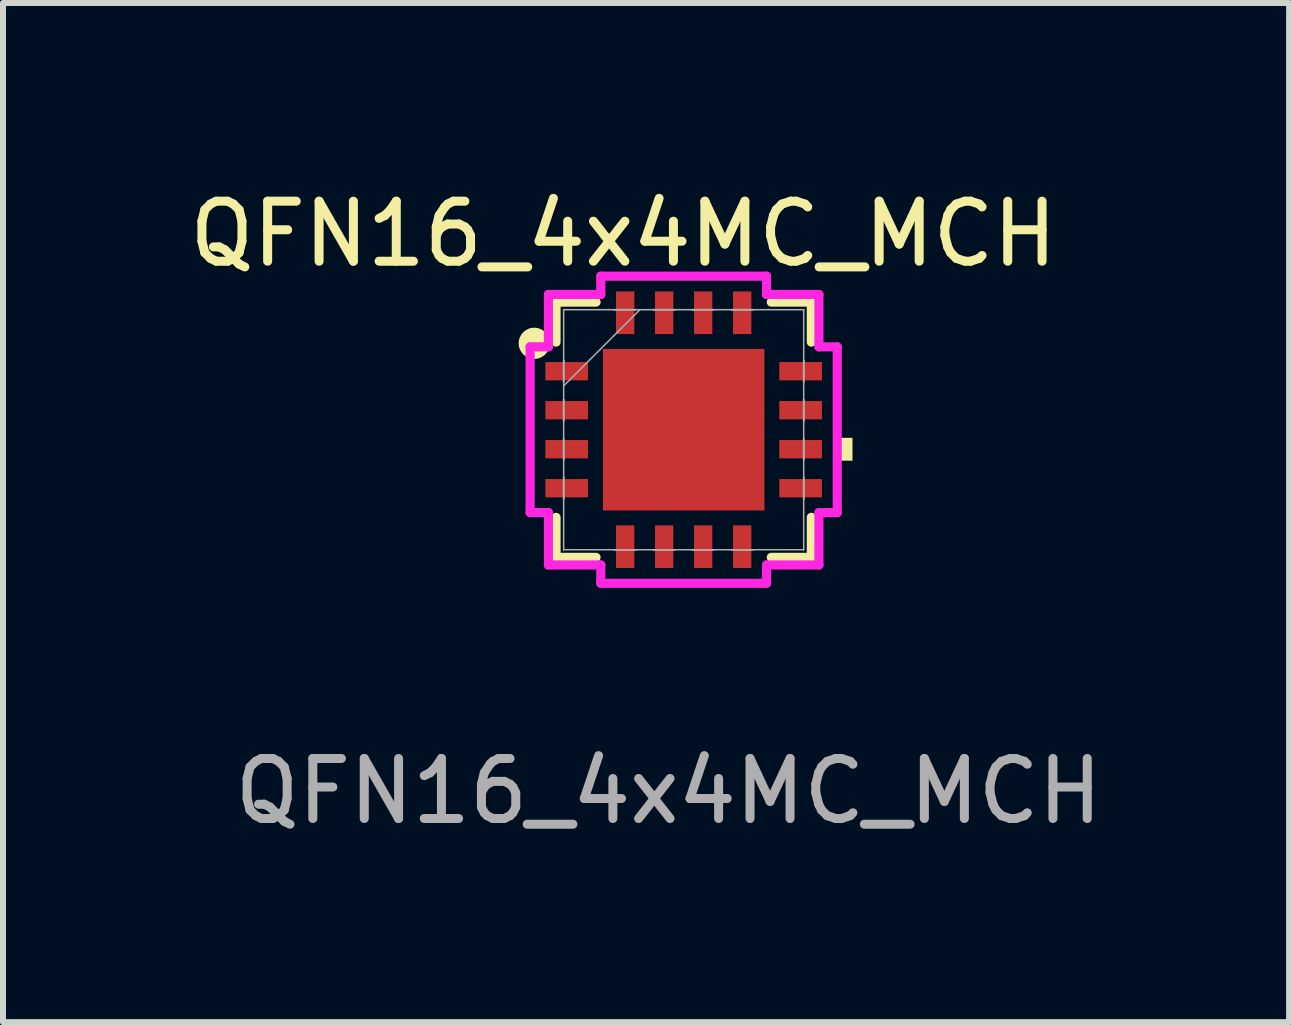
<source format=kicad_pcb>
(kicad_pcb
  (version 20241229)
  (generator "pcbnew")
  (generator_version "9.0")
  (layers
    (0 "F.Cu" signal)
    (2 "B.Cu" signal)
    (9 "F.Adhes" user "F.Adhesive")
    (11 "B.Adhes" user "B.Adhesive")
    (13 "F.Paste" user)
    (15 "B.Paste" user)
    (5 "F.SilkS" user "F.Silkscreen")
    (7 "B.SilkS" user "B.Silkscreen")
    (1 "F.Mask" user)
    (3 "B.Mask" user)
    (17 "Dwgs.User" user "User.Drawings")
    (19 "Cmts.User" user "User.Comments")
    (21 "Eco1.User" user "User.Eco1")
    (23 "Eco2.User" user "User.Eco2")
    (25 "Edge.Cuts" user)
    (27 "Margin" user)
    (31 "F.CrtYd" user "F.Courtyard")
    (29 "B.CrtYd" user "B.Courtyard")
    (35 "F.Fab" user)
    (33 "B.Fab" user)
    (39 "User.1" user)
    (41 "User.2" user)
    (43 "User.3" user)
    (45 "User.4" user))
  (footprint "QFN16_4x4MC_MCH"
    (layer "F.Cu")
    (at 8.343 4.111)
    (property "Reference" "QFN16_4x4MC_MCH" (at -1.004 -3.263 0) (unlocked yes) (layer "F.SilkS") (effects (font (size 1 1) (thickness 0.15))))
    (attr smd)
    (fp_line (start -2.127 -2.127) (end -2.127 -1.46) (stroke (width 0.152) (type solid)) (layer "F.SilkS"))
    (fp_line (start -2.127 1.46) (end -2.127 2.127) (stroke (width 0.152) (type solid)) (layer "F.SilkS"))
    (fp_line (start -2.127 2.127) (end -1.46 2.127) (stroke (width 0.152) (type solid)) (layer "F.SilkS"))
    (fp_line (start -1.46 -2.127) (end -2.127 -2.127) (stroke (width 0.152) (type solid)) (layer "F.SilkS"))
    (fp_line (start 1.46 2.127) (end 2.127 2.127) (stroke (width 0.152) (type solid)) (layer "F.SilkS"))
    (fp_line (start 2.127 -2.127) (end 1.46 -2.127) (stroke (width 0.152) (type solid)) (layer "F.SilkS"))
    (fp_line (start 2.127 -1.46) (end 2.127 -2.127) (stroke (width 0.152) (type solid)) (layer "F.SilkS"))
    (fp_line (start 2.127 2.127) (end 2.127 1.46) (stroke (width 0.152) (type solid)) (layer "F.SilkS"))
    (fp_circle (center -2.49 -1.44) (end -2.29 -1.44) (stroke (width 0.12) (type solid)) (fill yes) (layer "F.SilkS"))
    (fp_poly (pts (xy 2.813 0.135) (xy 2.813 0.516) (xy 2.559 0.516) (xy 2.559 0.135)) (stroke (width 0) (type solid)) (fill yes) (layer "F.SilkS"))
    (fp_poly (pts (xy -1.246 -1.246) (xy -1.246 -0.1) (xy -0.1 -0.1) (xy -0.1 -1.246)) (stroke (width 0) (type solid)) (fill yes) (layer "F.Paste"))
    (fp_poly (pts (xy -1.246 0.1) (xy -1.246 1.246) (xy -0.1 1.246) (xy -0.1 0.1)) (stroke (width 0) (type solid)) (fill yes) (layer "F.Paste"))
    (fp_poly (pts (xy 0.1 -1.246) (xy 0.1 -0.1) (xy 1.246 -0.1) (xy 1.246 -1.246)) (stroke (width 0) (type solid)) (fill yes) (layer "F.Paste"))
    (fp_poly (pts (xy 0.1 0.1) (xy 0.1 1.246) (xy 1.246 1.246) (xy 1.246 0.1)) (stroke (width 0) (type solid)) (fill yes) (layer "F.Paste"))
    (fp_line (start -2.559 -1.381) (end -2.254 -1.381) (stroke (width 0.152) (type solid)) (layer "F.CrtYd"))
    (fp_line (start -2.559 1.381) (end -2.559 -1.381) (stroke (width 0.152) (type solid)) (layer "F.CrtYd"))
    (fp_line (start -2.254 -2.254) (end -1.381 -2.254) (stroke (width 0.152) (type solid)) (layer "F.CrtYd"))
    (fp_line (start -2.254 -1.381) (end -2.254 -2.254) (stroke (width 0.152) (type solid)) (layer "F.CrtYd"))
    (fp_line (start -2.254 1.381) (end -2.559 1.381) (stroke (width 0.152) (type solid)) (layer "F.CrtYd"))
    (fp_line (start -2.254 2.254) (end -2.254 1.381) (stroke (width 0.152) (type solid)) (layer "F.CrtYd"))
    (fp_line (start -1.381 -2.559) (end 1.381 -2.559) (stroke (width 0.152) (type solid)) (layer "F.CrtYd"))
    (fp_line (start -1.381 -2.254) (end -1.381 -2.559) (stroke (width 0.152) (type solid)) (layer "F.CrtYd"))
    (fp_line (start -1.381 2.254) (end -2.254 2.254) (stroke (width 0.152) (type solid)) (layer "F.CrtYd"))
    (fp_line (start -1.381 2.559) (end -1.381 2.254) (stroke (width 0.152) (type solid)) (layer "F.CrtYd"))
    (fp_line (start 1.381 -2.559) (end 1.381 -2.254) (stroke (width 0.152) (type solid)) (layer "F.CrtYd"))
    (fp_line (start 1.381 -2.254) (end 2.254 -2.254) (stroke (width 0.152) (type solid)) (layer "F.CrtYd"))
    (fp_line (start 1.381 2.254) (end 1.381 2.559) (stroke (width 0.152) (type solid)) (layer "F.CrtYd"))
    (fp_line (start 1.381 2.559) (end -1.381 2.559) (stroke (width 0.152) (type solid)) (layer "F.CrtYd"))
    (fp_line (start 2.254 -2.254) (end 2.254 -1.381) (stroke (width 0.152) (type solid)) (layer "F.CrtYd"))
    (fp_line (start 2.254 -1.381) (end 2.559 -1.381) (stroke (width 0.152) (type solid)) (layer "F.CrtYd"))
    (fp_line (start 2.254 1.381) (end 2.254 2.254) (stroke (width 0.152) (type solid)) (layer "F.CrtYd"))
    (fp_line (start 2.254 2.254) (end 1.381 2.254) (stroke (width 0.152) (type solid)) (layer "F.CrtYd"))
    (fp_line (start 2.559 -1.381) (end 2.559 1.381) (stroke (width 0.152) (type solid)) (layer "F.CrtYd"))
    (fp_line (start 2.559 1.381) (end 2.254 1.381) (stroke (width 0.152) (type solid)) (layer "F.CrtYd"))
    (fp_line (start -2 -2) (end -2 -2) (stroke (width 0.025) (type solid)) (layer "F.Fab"))
    (fp_line (start -2 -2) (end -2 2) (stroke (width 0.025) (type solid)) (layer "F.Fab"))
    (fp_line (start -2 -1.153) (end -2 -1.153) (stroke (width 0.025) (type solid)) (layer "F.Fab"))
    (fp_line (start -2 -1.153) (end -2 -0.797) (stroke (width 0.025) (type solid)) (layer "F.Fab"))
    (fp_line (start -2 -0.797) (end -2 -1.153) (stroke (width 0.025) (type solid)) (layer "F.Fab"))
    (fp_line (start -2 -0.797) (end -2 -0.797) (stroke (width 0.025) (type solid)) (layer "F.Fab"))
    (fp_line (start -2 -0.73) (end -0.73 -2) (stroke (width 0.025) (type solid)) (layer "F.Fab"))
    (fp_line (start -2 -0.503) (end -2 -0.503) (stroke (width 0.025) (type solid)) (layer "F.Fab"))
    (fp_line (start -2 -0.503) (end -2 -0.147) (stroke (width 0.025) (type solid)) (layer "F.Fab"))
    (fp_line (start -2 -0.147) (end -2 -0.503) (stroke (width 0.025) (type solid)) (layer "F.Fab"))
    (fp_line (start -2 -0.147) (end -2 -0.147) (stroke (width 0.025) (type solid)) (layer "F.Fab"))
    (fp_line (start -2 0.147) (end -2 0.147) (stroke (width 0.025) (type solid)) (layer "F.Fab"))
    (fp_line (start -2 0.147) (end -2 0.503) (stroke (width 0.025) (type solid)) (layer "F.Fab"))
    (fp_line (start -2 0.503) (end -2 0.147) (stroke (width 0.025) (type solid)) (layer "F.Fab"))
    (fp_line (start -2 0.503) (end -2 0.503) (stroke (width 0.025) (type solid)) (layer "F.Fab"))
    (fp_line (start -2 0.797) (end -2 0.797) (stroke (width 0.025) (type solid)) (layer "F.Fab"))
    (fp_line (start -2 0.797) (end -2 1.153) (stroke (width 0.025) (type solid)) (layer "F.Fab"))
    (fp_line (start -2 1.153) (end -2 0.797) (stroke (width 0.025) (type solid)) (layer "F.Fab"))
    (fp_line (start -2 1.153) (end -2 1.153) (stroke (width 0.025) (type solid)) (layer "F.Fab"))
    (fp_line (start -2 2) (end -2 2) (stroke (width 0.025) (type solid)) (layer "F.Fab"))
    (fp_line (start -2 2) (end 2 2) (stroke (width 0.025) (type solid)) (layer "F.Fab"))
    (fp_line (start -1.153 -2) (end -1.153 -2) (stroke (width 0.025) (type solid)) (layer "F.Fab"))
    (fp_line (start -1.153 -2) (end -0.797 -2) (stroke (width 0.025) (type solid)) (layer "F.Fab"))
    (fp_line (start -1.153 2) (end -1.153 2) (stroke (width 0.025) (type solid)) (layer "F.Fab"))
    (fp_line (start -1.153 2) (end -0.797 2) (stroke (width 0.025) (type solid)) (layer "F.Fab"))
    (fp_line (start -0.797 -2) (end -1.153 -2) (stroke (width 0.025) (type solid)) (layer "F.Fab"))
    (fp_line (start -0.797 -2) (end -0.797 -2) (stroke (width 0.025) (type solid)) (layer "F.Fab"))
    (fp_line (start -0.797 2) (end -1.153 2) (stroke (width 0.025) (type solid)) (layer "F.Fab"))
    (fp_line (start -0.797 2) (end -0.797 2) (stroke (width 0.025) (type solid)) (layer "F.Fab"))
    (fp_line (start -0.503 -2) (end -0.503 -2) (stroke (width 0.025) (type solid)) (layer "F.Fab"))
    (fp_line (start -0.503 -2) (end -0.147 -2) (stroke (width 0.025) (type solid)) (layer "F.Fab"))
    (fp_line (start -0.503 2) (end -0.503 2) (stroke (width 0.025) (type solid)) (layer "F.Fab"))
    (fp_line (start -0.503 2) (end -0.147 2) (stroke (width 0.025) (type solid)) (layer "F.Fab"))
    (fp_line (start -0.147 -2) (end -0.503 -2) (stroke (width 0.025) (type solid)) (layer "F.Fab"))
    (fp_line (start -0.147 -2) (end -0.147 -2) (stroke (width 0.025) (type solid)) (layer "F.Fab"))
    (fp_line (start -0.147 2) (end -0.503 2) (stroke (width 0.025) (type solid)) (layer "F.Fab"))
    (fp_line (start -0.147 2) (end -0.147 2) (stroke (width 0.025) (type solid)) (layer "F.Fab"))
    (fp_line (start 0.147 -2) (end 0.147 -2) (stroke (width 0.025) (type solid)) (layer "F.Fab"))
    (fp_line (start 0.147 -2) (end 0.503 -2) (stroke (width 0.025) (type solid)) (layer "F.Fab"))
    (fp_line (start 0.147 2) (end 0.147 2) (stroke (width 0.025) (type solid)) (layer "F.Fab"))
    (fp_line (start 0.147 2) (end 0.503 2) (stroke (width 0.025) (type solid)) (layer "F.Fab"))
    (fp_line (start 0.503 -2) (end 0.147 -2) (stroke (width 0.025) (type solid)) (layer "F.Fab"))
    (fp_line (start 0.503 -2) (end 0.503 -2) (stroke (width 0.025) (type solid)) (layer "F.Fab"))
    (fp_line (start 0.503 2) (end 0.147 2) (stroke (width 0.025) (type solid)) (layer "F.Fab"))
    (fp_line (start 0.503 2) (end 0.503 2) (stroke (width 0.025) (type solid)) (layer "F.Fab"))
    (fp_line (start 0.797 -2) (end 0.797 -2) (stroke (width 0.025) (type solid)) (layer "F.Fab"))
    (fp_line (start 0.797 -2) (end 1.153 -2) (stroke (width 0.025) (type solid)) (layer "F.Fab"))
    (fp_line (start 0.797 2) (end 0.797 2) (stroke (width 0.025) (type solid)) (layer "F.Fab"))
    (fp_line (start 0.797 2) (end 1.153 2) (stroke (width 0.025) (type solid)) (layer "F.Fab"))
    (fp_line (start 1.153 -2) (end 0.797 -2) (stroke (width 0.025) (type solid)) (layer "F.Fab"))
    (fp_line (start 1.153 -2) (end 1.153 -2) (stroke (width 0.025) (type solid)) (layer "F.Fab"))
    (fp_line (start 1.153 2) (end 0.797 2) (stroke (width 0.025) (type solid)) (layer "F.Fab"))
    (fp_line (start 1.153 2) (end 1.153 2) (stroke (width 0.025) (type solid)) (layer "F.Fab"))
    (fp_line (start 2 -2) (end -2 -2) (stroke (width 0.025) (type solid)) (layer "F.Fab"))
    (fp_line (start 2 -2) (end 2 -2) (stroke (width 0.025) (type solid)) (layer "F.Fab"))
    (fp_line (start 2 -1.153) (end 2 -1.153) (stroke (width 0.025) (type solid)) (layer "F.Fab"))
    (fp_line (start 2 -1.153) (end 2 -0.797) (stroke (width 0.025) (type solid)) (layer "F.Fab"))
    (fp_line (start 2 -0.797) (end 2 -1.153) (stroke (width 0.025) (type solid)) (layer "F.Fab"))
    (fp_line (start 2 -0.797) (end 2 -0.797) (stroke (width 0.025) (type solid)) (layer "F.Fab"))
    (fp_line (start 2 -0.503) (end 2 -0.503) (stroke (width 0.025) (type solid)) (layer "F.Fab"))
    (fp_line (start 2 -0.503) (end 2 -0.147) (stroke (width 0.025) (type solid)) (layer "F.Fab"))
    (fp_line (start 2 -0.147) (end 2 -0.503) (stroke (width 0.025) (type solid)) (layer "F.Fab"))
    (fp_line (start 2 -0.147) (end 2 -0.147) (stroke (width 0.025) (type solid)) (layer "F.Fab"))
    (fp_line (start 2 0.147) (end 2 0.147) (stroke (width 0.025) (type solid)) (layer "F.Fab"))
    (fp_line (start 2 0.147) (end 2 0.503) (stroke (width 0.025) (type solid)) (layer "F.Fab"))
    (fp_line (start 2 0.503) (end 2 0.147) (stroke (width 0.025) (type solid)) (layer "F.Fab"))
    (fp_line (start 2 0.503) (end 2 0.503) (stroke (width 0.025) (type solid)) (layer "F.Fab"))
    (fp_line (start 2 0.797) (end 2 0.797) (stroke (width 0.025) (type solid)) (layer "F.Fab"))
    (fp_line (start 2 0.797) (end 2 1.153) (stroke (width 0.025) (type solid)) (layer "F.Fab"))
    (fp_line (start 2 1.153) (end 2 0.797) (stroke (width 0.025) (type solid)) (layer "F.Fab"))
    (fp_line (start 2 1.153) (end 2 1.153) (stroke (width 0.025) (type solid)) (layer "F.Fab"))
    (fp_line (start 2 2) (end 2 -2) (stroke (width 0.025) (type solid)) (layer "F.Fab"))
    (fp_line (start 2 2) (end 2 2) (stroke (width 0.025) (type solid)) (layer "F.Fab"))
    (fp_text user "${REFERENCE}" (at -0.251 6.024 0) (unlocked yes) (layer "F.Fab") (effects (font (size 1 1) (thickness 0.15))))
    (pad "1" smd rect (at -1.949 -0.975 90) (size 0.305 0.711) (layers "F.Cu" "F.Mask" "F.Paste"))
    (pad "2" smd rect (at -1.949 -0.325 90) (size 0.305 0.711) (layers "F.Cu" "F.Mask" "F.Paste"))
    (pad "3" smd rect (at -1.949 0.325 90) (size 0.305 0.711) (layers "F.Cu" "F.Mask" "F.Paste"))
    (pad "4" smd rect (at -1.949 0.975 90) (size 0.305 0.711) (layers "F.Cu" "F.Mask" "F.Paste"))
    (pad "5" smd rect (at -0.975 1.949) (size 0.305 0.711) (layers "F.Cu" "F.Mask" "F.Paste"))
    (pad "6" smd rect (at -0.325 1.949) (size 0.305 0.711) (layers "F.Cu" "F.Mask" "F.Paste"))
    (pad "7" smd rect (at 0.325 1.949) (size 0.305 0.711) (layers "F.Cu" "F.Mask" "F.Paste"))
    (pad "8" smd rect (at 0.975 1.949) (size 0.305 0.711) (layers "F.Cu" "F.Mask" "F.Paste"))
    (pad "9" smd rect (at 1.949 0.975 90) (size 0.305 0.711) (layers "F.Cu" "F.Mask" "F.Paste"))
    (pad "10" smd rect (at 1.949 0.325 90) (size 0.305 0.711) (layers "F.Cu" "F.Mask" "F.Paste"))
    (pad "11" smd rect (at 1.949 -0.325 90) (size 0.305 0.711) (layers "F.Cu" "F.Mask" "F.Paste"))
    (pad "12" smd rect (at 1.949 -0.975 90) (size 0.305 0.711) (layers "F.Cu" "F.Mask" "F.Paste"))
    (pad "13" smd rect (at 0.975 -1.949) (size 0.305 0.711) (layers "F.Cu" "F.Mask" "F.Paste"))
    (pad "14" smd rect (at 0.325 -1.949) (size 0.305 0.711) (layers "F.Cu" "F.Mask" "F.Paste"))
    (pad "15" smd rect (at -0.325 -1.949) (size 0.305 0.711) (layers "F.Cu" "F.Mask" "F.Paste"))
    (pad "16" smd rect (at -0.975 -1.949) (size 0.305 0.711) (layers "F.Cu" "F.Mask" "F.Paste"))
    (pad "17" smd rect (at 0 0) (size 2.692 2.692) (layers "F.Cu" "F.Mask")))
  (gr_rect
    (start -3 -3)
    (end 18.432 13.983)
    (stroke (width 0.1) (type default))
    (fill no)
    (layer "Edge.Cuts")))
</source>
